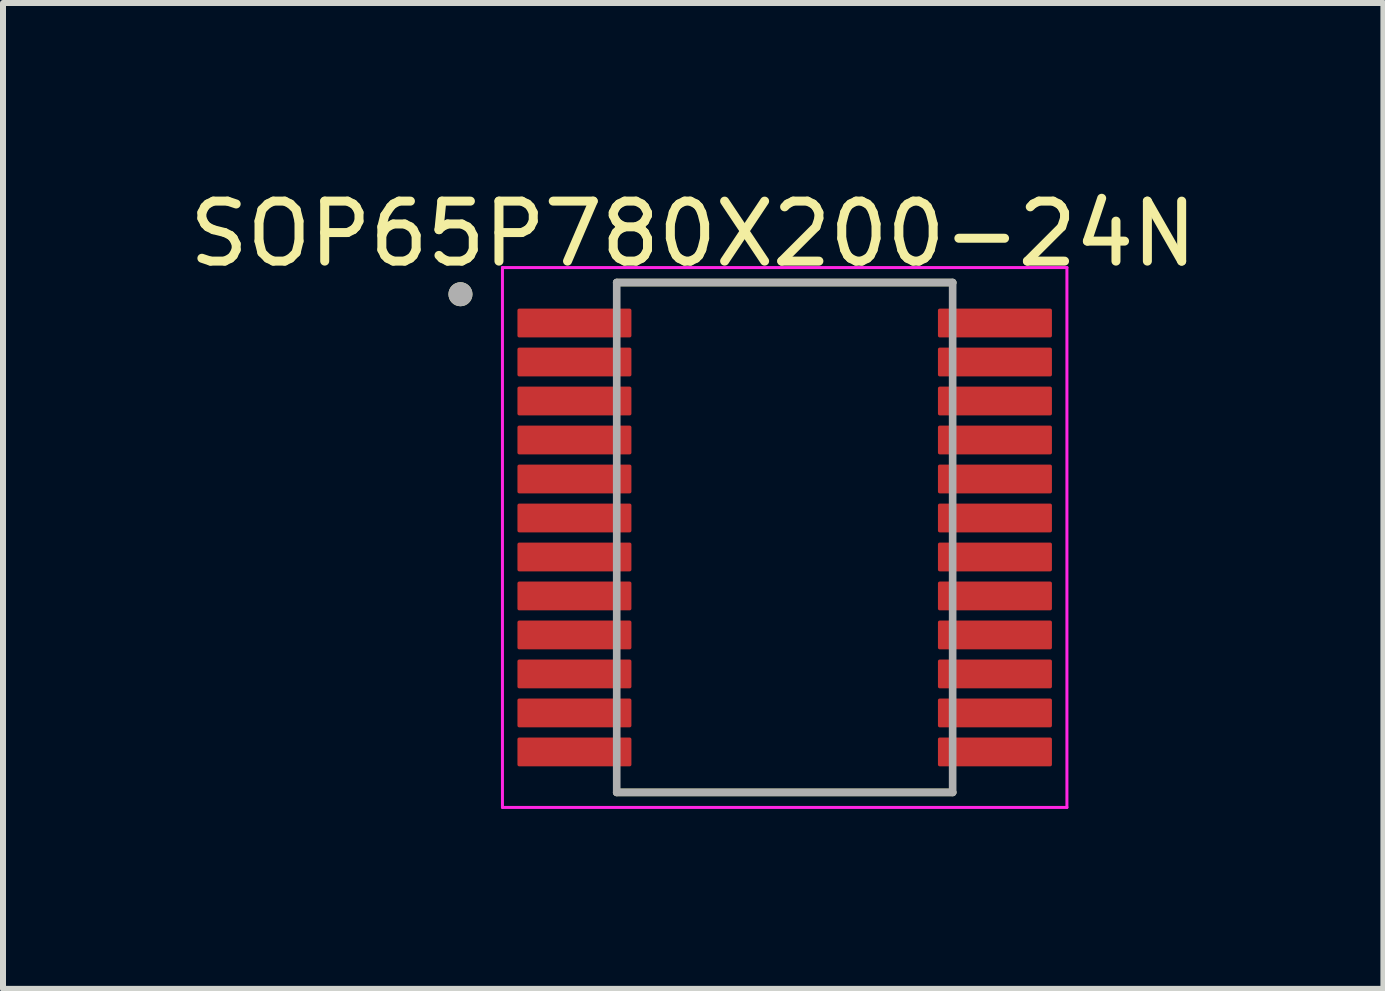
<source format=kicad_pcb>
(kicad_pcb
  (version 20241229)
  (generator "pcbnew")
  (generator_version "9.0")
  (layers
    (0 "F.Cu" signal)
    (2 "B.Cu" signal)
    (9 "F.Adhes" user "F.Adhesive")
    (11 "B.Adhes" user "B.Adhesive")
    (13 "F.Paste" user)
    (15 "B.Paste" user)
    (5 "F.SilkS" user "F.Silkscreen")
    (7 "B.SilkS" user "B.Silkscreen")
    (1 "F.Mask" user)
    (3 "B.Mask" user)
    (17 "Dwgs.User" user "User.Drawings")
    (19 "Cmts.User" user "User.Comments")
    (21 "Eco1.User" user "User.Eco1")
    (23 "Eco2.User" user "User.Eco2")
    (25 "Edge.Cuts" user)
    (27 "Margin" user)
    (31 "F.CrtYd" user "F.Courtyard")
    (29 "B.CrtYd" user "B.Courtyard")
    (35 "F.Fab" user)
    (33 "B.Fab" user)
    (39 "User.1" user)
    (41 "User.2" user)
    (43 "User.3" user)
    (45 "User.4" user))
  (footprint "SOP65P780X200-24N"
    (layer "F.Cu")
    (at 10.031 5.91)
    (property "Reference" "SOP65P780X200-24N" (at -1.525 -5.062 0) (layer "F.SilkS") (effects (font (size 1 1) (thickness 0.15))))
    (attr smd)
    (fp_line (start -2.8 -4.25) (end 2.8 -4.25) (stroke (width 0.127) (type solid)) (layer "F.SilkS"))
    (fp_line (start -2.8 4.25) (end 2.8 4.25) (stroke (width 0.127) (type solid)) (layer "F.SilkS"))
    (fp_circle (center -5.405 -4.055) (end -5.305 -4.055) (stroke (width 0.2) (type solid)) (fill no) (layer "F.SilkS"))
    (fp_line (start -4.705 -4.5) (end -4.705 4.5) (stroke (width 0.05) (type solid)) (layer "F.CrtYd"))
    (fp_line (start -4.705 -4.5) (end 4.705 -4.5) (stroke (width 0.05) (type solid)) (layer "F.CrtYd"))
    (fp_line (start -4.705 4.5) (end 4.705 4.5) (stroke (width 0.05) (type solid)) (layer "F.CrtYd"))
    (fp_line (start 4.705 -4.5) (end 4.705 4.5) (stroke (width 0.05) (type solid)) (layer "F.CrtYd"))
    (fp_line (start -2.8 -4.25) (end -2.8 4.25) (stroke (width 0.127) (type solid)) (layer "F.Fab"))
    (fp_line (start -2.8 -4.25) (end 2.8 -4.25) (stroke (width 0.127) (type solid)) (layer "F.Fab"))
    (fp_line (start -2.8 4.25) (end 2.8 4.25) (stroke (width 0.127) (type solid)) (layer "F.Fab"))
    (fp_line (start 2.8 -4.25) (end 2.8 4.25) (stroke (width 0.127) (type solid)) (layer "F.Fab"))
    (fp_circle (center -5.405 -4.055) (end -5.305 -4.055) (stroke (width 0.2) (type solid)) (fill no) (layer "F.Fab"))
    (pad "1" smd roundrect (at -3.505 -3.575) (size 1.9 0.48) (layers "F.Cu" "F.Mask" "F.Paste") (roundrect_rratio 0.06))
    (pad "2" smd roundrect (at -3.505 -2.925) (size 1.9 0.48) (layers "F.Cu" "F.Mask" "F.Paste") (roundrect_rratio 0.06))
    (pad "3" smd roundrect (at -3.505 -2.275) (size 1.9 0.48) (layers "F.Cu" "F.Mask" "F.Paste") (roundrect_rratio 0.06))
    (pad "4" smd roundrect (at -3.505 -1.625) (size 1.9 0.48) (layers "F.Cu" "F.Mask" "F.Paste") (roundrect_rratio 0.06))
    (pad "5" smd roundrect (at -3.505 -0.975) (size 1.9 0.48) (layers "F.Cu" "F.Mask" "F.Paste") (roundrect_rratio 0.06))
    (pad "6" smd roundrect (at -3.505 -0.325) (size 1.9 0.48) (layers "F.Cu" "F.Mask" "F.Paste") (roundrect_rratio 0.06))
    (pad "7" smd roundrect (at -3.505 0.325) (size 1.9 0.48) (layers "F.Cu" "F.Mask" "F.Paste") (roundrect_rratio 0.06))
    (pad "8" smd roundrect (at -3.505 0.975) (size 1.9 0.48) (layers "F.Cu" "F.Mask" "F.Paste") (roundrect_rratio 0.06))
    (pad "9" smd roundrect (at -3.505 1.625) (size 1.9 0.48) (layers "F.Cu" "F.Mask" "F.Paste") (roundrect_rratio 0.06))
    (pad "10" smd roundrect (at -3.505 2.275) (size 1.9 0.48) (layers "F.Cu" "F.Mask" "F.Paste") (roundrect_rratio 0.06))
    (pad "11" smd roundrect (at -3.505 2.925) (size 1.9 0.48) (layers "F.Cu" "F.Mask" "F.Paste") (roundrect_rratio 0.06))
    (pad "12" smd roundrect (at -3.505 3.575) (size 1.9 0.48) (layers "F.Cu" "F.Mask" "F.Paste") (roundrect_rratio 0.06))
    (pad "13" smd roundrect (at 3.505 3.575) (size 1.9 0.48) (layers "F.Cu" "F.Mask" "F.Paste") (roundrect_rratio 0.06))
    (pad "14" smd roundrect (at 3.505 2.925) (size 1.9 0.48) (layers "F.Cu" "F.Mask" "F.Paste") (roundrect_rratio 0.06))
    (pad "15" smd roundrect (at 3.505 2.275) (size 1.9 0.48) (layers "F.Cu" "F.Mask" "F.Paste") (roundrect_rratio 0.06))
    (pad "16" smd roundrect (at 3.505 1.625) (size 1.9 0.48) (layers "F.Cu" "F.Mask" "F.Paste") (roundrect_rratio 0.06))
    (pad "17" smd roundrect (at 3.505 0.975) (size 1.9 0.48) (layers "F.Cu" "F.Mask" "F.Paste") (roundrect_rratio 0.06))
    (pad "18" smd roundrect (at 3.505 0.325) (size 1.9 0.48) (layers "F.Cu" "F.Mask" "F.Paste") (roundrect_rratio 0.06))
    (pad "19" smd roundrect (at 3.505 -0.325) (size 1.9 0.48) (layers "F.Cu" "F.Mask" "F.Paste") (roundrect_rratio 0.06))
    (pad "20" smd roundrect (at 3.505 -0.975) (size 1.9 0.48) (layers "F.Cu" "F.Mask" "F.Paste") (roundrect_rratio 0.06))
    (pad "21" smd roundrect (at 3.505 -1.625) (size 1.9 0.48) (layers "F.Cu" "F.Mask" "F.Paste") (roundrect_rratio 0.06))
    (pad "22" smd roundrect (at 3.505 -2.275) (size 1.9 0.48) (layers "F.Cu" "F.Mask" "F.Paste") (roundrect_rratio 0.06))
    (pad "23" smd roundrect (at 3.505 -2.925) (size 1.9 0.48) (layers "F.Cu" "F.Mask" "F.Paste") (roundrect_rratio 0.06))
    (pad "24" smd roundrect (at 3.505 -3.575) (size 1.9 0.48) (layers "F.Cu" "F.Mask" "F.Paste") (roundrect_rratio 0.06)))
  (gr_rect
    (start -3 -3)
    (end 20.012 13.435)
    (stroke (width 0.1) (type default))
    (fill no)
    (layer "Edge.Cuts")))
</source>
